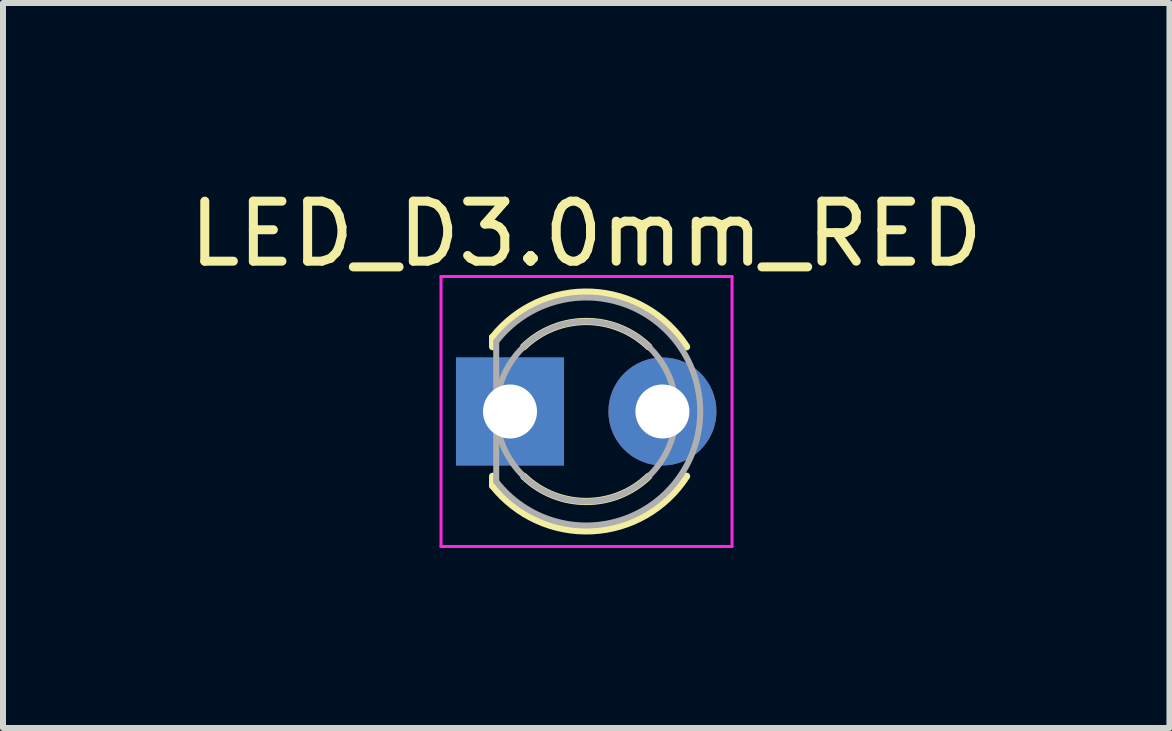
<source format=kicad_pcb>
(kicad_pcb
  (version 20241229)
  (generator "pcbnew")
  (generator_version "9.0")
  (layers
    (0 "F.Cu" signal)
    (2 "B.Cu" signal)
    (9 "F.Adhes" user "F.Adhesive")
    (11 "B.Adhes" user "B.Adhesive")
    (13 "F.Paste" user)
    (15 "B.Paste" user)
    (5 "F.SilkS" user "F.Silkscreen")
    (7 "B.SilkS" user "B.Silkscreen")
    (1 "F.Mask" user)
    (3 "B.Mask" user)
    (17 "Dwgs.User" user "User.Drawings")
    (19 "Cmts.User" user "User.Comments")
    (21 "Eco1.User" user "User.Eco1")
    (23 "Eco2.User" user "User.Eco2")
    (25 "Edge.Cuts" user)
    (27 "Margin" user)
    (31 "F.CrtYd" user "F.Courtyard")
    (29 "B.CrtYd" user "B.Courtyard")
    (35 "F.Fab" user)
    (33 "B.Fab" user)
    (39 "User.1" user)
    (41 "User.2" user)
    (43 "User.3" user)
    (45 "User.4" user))
  (footprint "LED_D3.0mm_RED"
    (layer "F.Cu")
    (at 5.45 3.808)
    (property "Reference" "LED_D3.0mm_RED" (at 1.27 -2.96 0) (layer "F.SilkS") (effects (font (size 1 1) (thickness 0.15))))
    (attr through_hole)
    (fp_line (start -0.29 -1.236) (end -0.29 -1.08) (stroke (width 0.12) (type solid)) (layer "F.SilkS"))
    (fp_line (start -0.29 1.08) (end -0.29 1.236) (stroke (width 0.12) (type solid)) (layer "F.SilkS"))
    (fp_arc (start -0.29 -1.235516) (mid 1.366487 -1.987659) (end 2.942335 -1.078608) (stroke (width 0.12) (type solid)) (layer "F.SilkS"))
    (fp_arc (start 0.229039 -1.08) (mid 1.270117 -1.5) (end 2.31113 -1.079837) (stroke (width 0.12) (type solid)) (layer "F.SilkS"))
    (fp_arc (start 2.31113 1.079837) (mid 1.270117 1.5) (end 0.229039 1.08) (stroke (width 0.12) (type solid)) (layer "F.SilkS"))
    (fp_arc (start 2.942335 1.078608) (mid 1.366487 1.987659) (end -0.29 1.235516) (stroke (width 0.12) (type solid)) (layer "F.SilkS"))
    (fp_line (start -1.15 -2.25) (end -1.15 2.25) (stroke (width 0.05) (type solid)) (layer "F.CrtYd"))
    (fp_line (start -1.15 2.25) (end 3.7 2.25) (stroke (width 0.05) (type solid)) (layer "F.CrtYd"))
    (fp_line (start 3.7 -2.25) (end -1.15 -2.25) (stroke (width 0.05) (type solid)) (layer "F.CrtYd"))
    (fp_line (start 3.7 2.25) (end 3.7 -2.25) (stroke (width 0.05) (type solid)) (layer "F.CrtYd"))
    (fp_line (start -0.23 -1.166) (end -0.23 1.166) (stroke (width 0.1) (type solid)) (layer "F.Fab"))
    (fp_arc (start -0.23 -1.16619) (mid 3.17 0.000452) (end -0.230555 1.165476) (stroke (width 0.1) (type solid)) (layer "F.Fab"))
    (fp_circle (center 1.27 0) (end 2.77 0) (stroke (width 0.1) (type solid)) (fill no) (layer "F.Fab"))
    (pad "1" thru_hole rect (at 0 0) (size 1.8 1.8) (drill 0.9) (layers "*.Cu" "*.Mask"))
    (pad "2" thru_hole circle (at 2.54 0) (size 1.8 1.8) (drill 0.9) (layers "*.Cu" "*.Mask")))
  (gr_rect
    (start -3 -3)
    (end 16.44 9.083)
    (stroke (width 0.1) (type default))
    (fill no)
    (layer "Edge.Cuts")))
</source>
